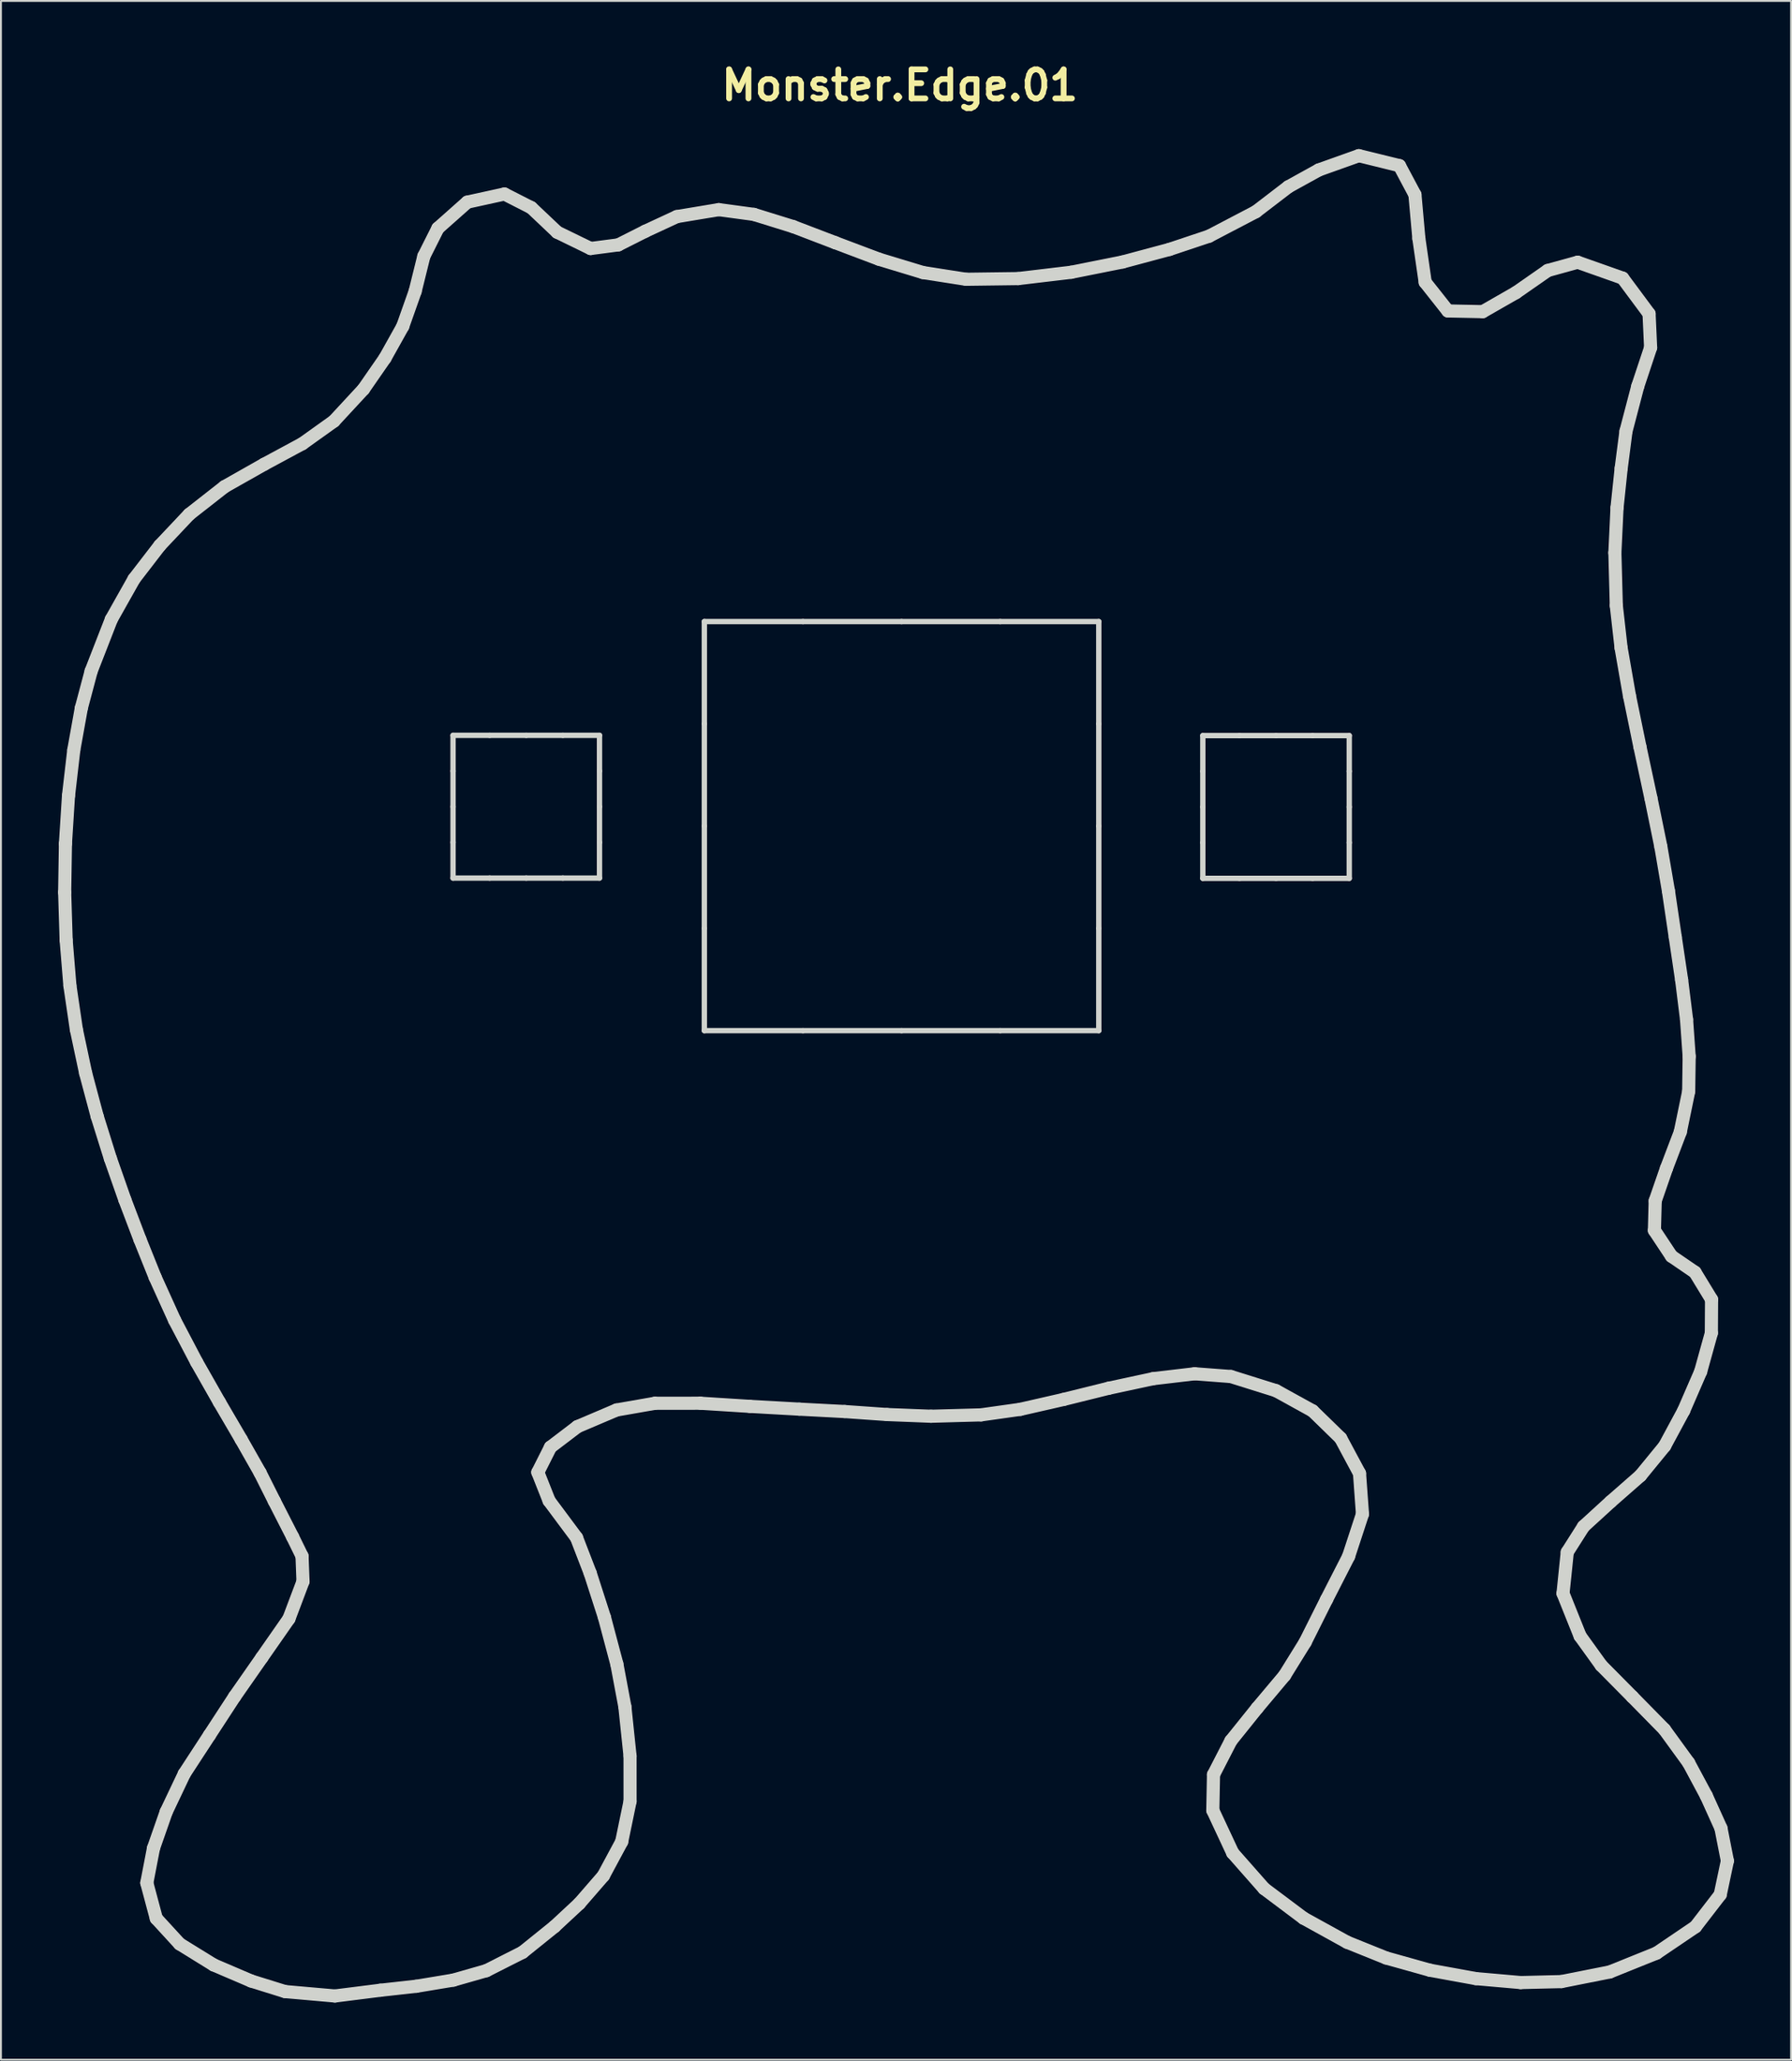
<source format=kicad_pcb>
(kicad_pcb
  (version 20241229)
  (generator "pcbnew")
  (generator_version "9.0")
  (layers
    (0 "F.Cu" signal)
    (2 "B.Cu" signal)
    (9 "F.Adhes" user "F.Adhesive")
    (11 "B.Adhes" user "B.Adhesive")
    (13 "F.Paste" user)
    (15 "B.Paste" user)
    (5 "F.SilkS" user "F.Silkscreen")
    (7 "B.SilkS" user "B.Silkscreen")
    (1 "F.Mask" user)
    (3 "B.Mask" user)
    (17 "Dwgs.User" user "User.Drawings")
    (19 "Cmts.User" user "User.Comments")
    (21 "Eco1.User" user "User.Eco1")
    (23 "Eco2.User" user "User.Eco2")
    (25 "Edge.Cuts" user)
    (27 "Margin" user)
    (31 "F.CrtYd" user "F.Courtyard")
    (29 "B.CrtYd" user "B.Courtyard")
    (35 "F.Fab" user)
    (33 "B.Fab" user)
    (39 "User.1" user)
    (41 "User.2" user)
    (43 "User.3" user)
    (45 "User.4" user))
  (footprint "Monster.Edge.01"
    (layer "F.Cu")
    (at 44.191 53.241)
    (property "Reference" "Monster.Edge.01" (at 0 -51.815 0) (layer "F.SilkS") (effects (font (size 1.524 1.524) (thickness 0.305))))
    (attr smd)
    (fp_line (start -43.846 -9.462) (end -43.768 -6.952) (stroke (width 0.689) (type solid)) (layer "Edge.Cuts"))
    (fp_line (start -43.805 -12.014) (end -43.846 -9.462) (stroke (width 0.689) (type solid)) (layer "Edge.Cuts"))
    (fp_line (start -43.768 -6.952) (end -43.571 -4.564) (stroke (width 0.689) (type solid)) (layer "Edge.Cuts"))
    (fp_line (start -43.645 -14.529) (end -43.805 -12.014) (stroke (width 0.689) (type solid)) (layer "Edge.Cuts"))
    (fp_line (start -43.571 -4.564) (end -43.232 -2.262) (stroke (width 0.689) (type solid)) (layer "Edge.Cuts"))
    (fp_line (start -43.367 -16.929) (end -43.645 -14.529) (stroke (width 0.689) (type solid)) (layer "Edge.Cuts"))
    (fp_line (start -43.232 -2.262) (end -42.745 0.03) (stroke (width 0.689) (type solid)) (layer "Edge.Cuts"))
    (fp_line (start -42.97 -19.136) (end -43.367 -16.929) (stroke (width 0.689) (type solid)) (layer "Edge.Cuts"))
    (fp_line (start -42.745 0.03) (end -42.14 2.293) (stroke (width 0.689) (type solid)) (layer "Edge.Cuts"))
    (fp_line (start -42.455 -21.07) (end -42.97 -19.136) (stroke (width 0.689) (type solid)) (layer "Edge.Cuts"))
    (fp_line (start -42.14 2.293) (end -41.445 4.513) (stroke (width 0.689) (type solid)) (layer "Edge.Cuts"))
    (fp_line (start -41.445 4.513) (end -40.687 6.673) (stroke (width 0.689) (type solid)) (layer "Edge.Cuts"))
    (fp_line (start -41.395 -23.789) (end -42.455 -21.07) (stroke (width 0.689) (type solid)) (layer "Edge.Cuts"))
    (fp_line (start -40.687 6.673) (end -39.895 8.755) (stroke (width 0.689) (type solid)) (layer "Edge.Cuts"))
    (fp_line (start -40.203 -25.906) (end -41.395 -23.789) (stroke (width 0.689) (type solid)) (layer "Edge.Cuts"))
    (fp_line (start -39.895 8.755) (end -39.096 10.743) (stroke (width 0.689) (type solid)) (layer "Edge.Cuts"))
    (fp_line (start -39.534 42.527) (end -39.036 44.391) (stroke (width 0.689) (type solid)) (layer "Edge.Cuts"))
    (fp_line (start -39.183 40.707) (end -39.534 42.527) (stroke (width 0.689) (type solid)) (layer "Edge.Cuts"))
    (fp_line (start -39.096 10.743) (end -38.074 12.995) (stroke (width 0.689) (type solid)) (layer "Edge.Cuts"))
    (fp_line (start -39.036 44.391) (end -37.809 45.729) (stroke (width 0.689) (type solid)) (layer "Edge.Cuts"))
    (fp_line (start -38.85 -27.662) (end -40.203 -25.906) (stroke (width 0.689) (type solid)) (layer "Edge.Cuts"))
    (fp_line (start -38.516 38.8) (end -39.183 40.707) (stroke (width 0.689) (type solid)) (layer "Edge.Cuts"))
    (fp_line (start -38.074 12.995) (end -36.918 15.197) (stroke (width 0.689) (type solid)) (layer "Edge.Cuts"))
    (fp_line (start -37.809 45.729) (end -36.024 46.832) (stroke (width 0.689) (type solid)) (layer "Edge.Cuts"))
    (fp_line (start -37.563 36.794) (end -38.516 38.8) (stroke (width 0.689) (type solid)) (layer "Edge.Cuts"))
    (fp_line (start -37.306 -29.298) (end -38.85 -27.662) (stroke (width 0.689) (type solid)) (layer "Edge.Cuts"))
    (fp_line (start -36.918 15.197) (end -35.722 17.3) (stroke (width 0.689) (type solid)) (layer "Edge.Cuts"))
    (fp_line (start -36.244 34.773) (end -37.563 36.794) (stroke (width 0.689) (type solid)) (layer "Edge.Cuts"))
    (fp_line (start -36.024 46.832) (end -34.055 47.675) (stroke (width 0.689) (type solid)) (layer "Edge.Cuts"))
    (fp_line (start -35.722 17.3) (end -34.581 19.25) (stroke (width 0.689) (type solid)) (layer "Edge.Cuts"))
    (fp_line (start -35.45 -30.751) (end -37.306 -29.298) (stroke (width 0.689) (type solid)) (layer "Edge.Cuts"))
    (fp_line (start -34.925 32.753) (end -36.244 34.773) (stroke (width 0.689) (type solid)) (layer "Edge.Cuts"))
    (fp_line (start -34.581 19.25) (end -33.588 20.998) (stroke (width 0.689) (type solid)) (layer "Edge.Cuts"))
    (fp_line (start -34.055 47.675) (end -32.276 48.23) (stroke (width 0.689) (type solid)) (layer "Edge.Cuts"))
    (fp_line (start -33.588 20.998) (end -32.838 22.491) (stroke (width 0.689) (type solid)) (layer "Edge.Cuts"))
    (fp_line (start -33.498 30.708) (end -34.925 32.753) (stroke (width 0.689) (type solid)) (layer "Edge.Cuts"))
    (fp_line (start -33.372 -31.926) (end -35.45 -30.751) (stroke (width 0.689) (type solid)) (layer "Edge.Cuts"))
    (fp_line (start -32.838 22.491) (end -31.88 24.365) (stroke (width 0.689) (type solid)) (layer "Edge.Cuts"))
    (fp_line (start -32.276 48.23) (end -29.657 48.461) (stroke (width 0.689) (type solid)) (layer "Edge.Cuts"))
    (fp_line (start -32.072 28.663) (end -33.498 30.708) (stroke (width 0.689) (type solid)) (layer "Edge.Cuts"))
    (fp_line (start -31.88 24.365) (end -31.384 25.376) (stroke (width 0.689) (type solid)) (layer "Edge.Cuts"))
    (fp_line (start -31.384 25.376) (end -31.333 26.706) (stroke (width 0.689) (type solid)) (layer "Edge.Cuts"))
    (fp_line (start -31.362 -33.009) (end -33.372 -31.926) (stroke (width 0.689) (type solid)) (layer "Edge.Cuts"))
    (fp_line (start -31.333 26.706) (end -32.072 28.663) (stroke (width 0.689) (type solid)) (layer "Edge.Cuts"))
    (fp_line (start -29.71 -34.19) (end -31.362 -33.009) (stroke (width 0.689) (type solid)) (layer "Edge.Cuts"))
    (fp_line (start -29.657 48.461) (end -27.27 48.16) (stroke (width 0.689) (type solid)) (layer "Edge.Cuts"))
    (fp_line (start -28.158 -35.866) (end -29.71 -34.19) (stroke (width 0.689) (type solid)) (layer "Edge.Cuts"))
    (fp_line (start -27.27 48.16) (end -25.382 47.951) (stroke (width 0.689) (type solid)) (layer "Edge.Cuts"))
    (fp_line (start -27.026 -37.499) (end -28.158 -35.866) (stroke (width 0.689) (type solid)) (layer "Edge.Cuts"))
    (fp_line (start -26.095 -39.164) (end -27.026 -37.499) (stroke (width 0.689) (type solid)) (layer "Edge.Cuts"))
    (fp_line (start -25.446 -41) (end -26.095 -39.164) (stroke (width 0.689) (type solid)) (layer "Edge.Cuts"))
    (fp_line (start -25.382 47.951) (end -23.439 47.628) (stroke (width 0.689) (type solid)) (layer "Edge.Cuts"))
    (fp_line (start -24.989 -42.843) (end -25.446 -41) (stroke (width 0.689) (type solid)) (layer "Edge.Cuts"))
    (fp_line (start -24.25 -44.313) (end -24.989 -42.843) (stroke (width 0.689) (type solid)) (layer "Edge.Cuts"))
    (fp_line (start -23.456 -17.7) (end -21.534 -17.7) (stroke (width 0.281) (type solid)) (layer "Edge.Cuts"))
    (fp_line (start -23.456 -15.827) (end -23.456 -17.7) (stroke (width 0.281) (type solid)) (layer "Edge.Cuts"))
    (fp_line (start -23.456 -13.954) (end -23.456 -15.827) (stroke (width 0.281) (type solid)) (layer "Edge.Cuts"))
    (fp_line (start -23.456 -12.081) (end -23.456 -13.954) (stroke (width 0.281) (type solid)) (layer "Edge.Cuts"))
    (fp_line (start -23.456 -10.208) (end -23.456 -12.081) (stroke (width 0.281) (type solid)) (layer "Edge.Cuts"))
    (fp_line (start -23.439 47.628) (end -21.708 47.133) (stroke (width 0.689) (type solid)) (layer "Edge.Cuts"))
    (fp_line (start -22.707 -45.682) (end -24.25 -44.313) (stroke (width 0.689) (type solid)) (layer "Edge.Cuts"))
    (fp_line (start -21.708 47.133) (end -19.805 46.169) (stroke (width 0.689) (type solid)) (layer "Edge.Cuts"))
    (fp_line (start -21.534 -17.7) (end -19.612 -17.7) (stroke (width 0.281) (type solid)) (layer "Edge.Cuts"))
    (fp_line (start -21.534 -10.208) (end -23.456 -10.208) (stroke (width 0.281) (type solid)) (layer "Edge.Cuts"))
    (fp_line (start -20.758 -46.109) (end -22.707 -45.682) (stroke (width 0.689) (type solid)) (layer "Edge.Cuts"))
    (fp_line (start -19.805 46.169) (end -18.131 44.821) (stroke (width 0.689) (type solid)) (layer "Edge.Cuts"))
    (fp_line (start -19.612 -17.7) (end -17.689 -17.7) (stroke (width 0.281) (type solid)) (layer "Edge.Cuts"))
    (fp_line (start -19.612 -10.208) (end -21.534 -10.208) (stroke (width 0.281) (type solid)) (layer "Edge.Cuts"))
    (fp_line (start -19.347 -45.391) (end -20.758 -46.109) (stroke (width 0.689) (type solid)) (layer "Edge.Cuts"))
    (fp_line (start -19.005 20.977) (end -18.341 19.659) (stroke (width 0.689) (type solid)) (layer "Edge.Cuts"))
    (fp_line (start -18.412 22.475) (end -19.005 20.977) (stroke (width 0.689) (type solid)) (layer "Edge.Cuts"))
    (fp_line (start -18.341 19.659) (end -16.925 18.581) (stroke (width 0.689) (type solid)) (layer "Edge.Cuts"))
    (fp_line (start -18.131 44.821) (end -16.828 43.611) (stroke (width 0.689) (type solid)) (layer "Edge.Cuts"))
    (fp_line (start -17.986 -44.103) (end -19.347 -45.391) (stroke (width 0.689) (type solid)) (layer "Edge.Cuts"))
    (fp_line (start -17.689 -17.7) (end -15.767 -17.7) (stroke (width 0.281) (type solid)) (layer "Edge.Cuts"))
    (fp_line (start -17.689 -10.208) (end -19.612 -10.208) (stroke (width 0.281) (type solid)) (layer "Edge.Cuts"))
    (fp_line (start -16.972 24.408) (end -18.412 22.475) (stroke (width 0.689) (type solid)) (layer "Edge.Cuts"))
    (fp_line (start -16.925 18.581) (end -14.871 17.708) (stroke (width 0.689) (type solid)) (layer "Edge.Cuts"))
    (fp_line (start -16.828 43.611) (end -15.562 42.152) (stroke (width 0.689) (type solid)) (layer "Edge.Cuts"))
    (fp_line (start -16.253 26.274) (end -16.972 24.408) (stroke (width 0.689) (type solid)) (layer "Edge.Cuts"))
    (fp_line (start -16.234 -43.249) (end -17.986 -44.103) (stroke (width 0.689) (type solid)) (layer "Edge.Cuts"))
    (fp_line (start -15.767 -17.7) (end -15.767 -15.827) (stroke (width 0.281) (type solid)) (layer "Edge.Cuts"))
    (fp_line (start -15.767 -15.827) (end -15.767 -13.954) (stroke (width 0.281) (type solid)) (layer "Edge.Cuts"))
    (fp_line (start -15.767 -13.954) (end -15.767 -12.081) (stroke (width 0.281) (type solid)) (layer "Edge.Cuts"))
    (fp_line (start -15.767 -12.081) (end -15.767 -10.208) (stroke (width 0.281) (type solid)) (layer "Edge.Cuts"))
    (fp_line (start -15.767 -10.208) (end -17.689 -10.208) (stroke (width 0.281) (type solid)) (layer "Edge.Cuts"))
    (fp_line (start -15.562 42.152) (end -14.601 40.364) (stroke (width 0.689) (type solid)) (layer "Edge.Cuts"))
    (fp_line (start -15.505 28.598) (end -16.253 26.274) (stroke (width 0.689) (type solid)) (layer "Edge.Cuts"))
    (fp_line (start -14.871 17.708) (end -12.863 17.356) (stroke (width 0.689) (type solid)) (layer "Edge.Cuts"))
    (fp_line (start -14.855 31.044) (end -15.505 28.598) (stroke (width 0.689) (type solid)) (layer "Edge.Cuts"))
    (fp_line (start -14.781 -43.439) (end -16.234 -43.249) (stroke (width 0.689) (type solid)) (layer "Edge.Cuts"))
    (fp_line (start -14.601 40.364) (end -14.162 38.244) (stroke (width 0.689) (type solid)) (layer "Edge.Cuts"))
    (fp_line (start -14.435 33.278) (end -14.855 31.044) (stroke (width 0.689) (type solid)) (layer "Edge.Cuts"))
    (fp_line (start -14.163 35.869) (end -14.435 33.278) (stroke (width 0.689) (type solid)) (layer "Edge.Cuts"))
    (fp_line (start -14.162 38.244) (end -14.163 35.869) (stroke (width 0.689) (type solid)) (layer "Edge.Cuts"))
    (fp_line (start -13.369 -44.152) (end -14.781 -43.439) (stroke (width 0.689) (type solid)) (layer "Edge.Cuts"))
    (fp_line (start -12.863 17.356) (end -10.466 17.353) (stroke (width 0.689) (type solid)) (layer "Edge.Cuts"))
    (fp_line (start -11.708 -44.923) (end -13.369 -44.152) (stroke (width 0.689) (type solid)) (layer "Edge.Cuts"))
    (fp_line (start -10.466 17.353) (end -7.873 17.517) (stroke (width 0.689) (type solid)) (layer "Edge.Cuts"))
    (fp_line (start -10.262 -23.67) (end -5.085 -23.67) (stroke (width 0.281) (type solid)) (layer "Edge.Cuts"))
    (fp_line (start -10.262 -18.303) (end -10.262 -23.67) (stroke (width 0.281) (type solid)) (layer "Edge.Cuts"))
    (fp_line (start -10.262 -12.935) (end -10.262 -18.303) (stroke (width 0.281) (type solid)) (layer "Edge.Cuts"))
    (fp_line (start -10.262 -7.568) (end -10.262 -12.935) (stroke (width 0.281) (type solid)) (layer "Edge.Cuts"))
    (fp_line (start -10.262 -2.201) (end -10.262 -7.568) (stroke (width 0.281) (type solid)) (layer "Edge.Cuts"))
    (fp_line (start -9.506 -45.289) (end -11.708 -44.923) (stroke (width 0.689) (type solid)) (layer "Edge.Cuts"))
    (fp_line (start -7.873 17.517) (end -5.275 17.664) (stroke (width 0.689) (type solid)) (layer "Edge.Cuts"))
    (fp_line (start -7.662 -45.039) (end -9.506 -45.289) (stroke (width 0.689) (type solid)) (layer "Edge.Cuts"))
    (fp_line (start -5.601 -44.399) (end -7.662 -45.039) (stroke (width 0.689) (type solid)) (layer "Edge.Cuts"))
    (fp_line (start -5.275 17.664) (end -2.896 17.789) (stroke (width 0.689) (type solid)) (layer "Edge.Cuts"))
    (fp_line (start -5.085 -23.67) (end 0.092 -23.67) (stroke (width 0.281) (type solid)) (layer "Edge.Cuts"))
    (fp_line (start -5.085 -2.201) (end -10.262 -2.201) (stroke (width 0.281) (type solid)) (layer "Edge.Cuts"))
    (fp_line (start -3.39 -43.554) (end -5.601 -44.399) (stroke (width 0.689) (type solid)) (layer "Edge.Cuts"))
    (fp_line (start -2.896 17.789) (end -0.671 17.946) (stroke (width 0.689) (type solid)) (layer "Edge.Cuts"))
    (fp_line (start -1.095 -42.688) (end -3.39 -43.554) (stroke (width 0.689) (type solid)) (layer "Edge.Cuts"))
    (fp_line (start -0.671 17.946) (end 1.637 18.036) (stroke (width 0.689) (type solid)) (layer "Edge.Cuts"))
    (fp_line (start 0.092 -23.67) (end 5.269 -23.67) (stroke (width 0.281) (type solid)) (layer "Edge.Cuts"))
    (fp_line (start 0.092 -2.201) (end -5.085 -2.201) (stroke (width 0.281) (type solid)) (layer "Edge.Cuts"))
    (fp_line (start 1.216 -41.987) (end -1.095 -42.688) (stroke (width 0.689) (type solid)) (layer "Edge.Cuts"))
    (fp_line (start 1.637 18.036) (end 4.264 17.964) (stroke (width 0.689) (type solid)) (layer "Edge.Cuts"))
    (fp_line (start 3.477 -41.634) (end 1.216 -41.987) (stroke (width 0.689) (type solid)) (layer "Edge.Cuts"))
    (fp_line (start 4.264 17.964) (end 6.324 17.673) (stroke (width 0.689) (type solid)) (layer "Edge.Cuts"))
    (fp_line (start 5.269 -23.67) (end 10.446 -23.67) (stroke (width 0.281) (type solid)) (layer "Edge.Cuts"))
    (fp_line (start 5.269 -2.201) (end 0.092 -2.201) (stroke (width 0.281) (type solid)) (layer "Edge.Cuts"))
    (fp_line (start 6.21 -41.67) (end 3.477 -41.634) (stroke (width 0.689) (type solid)) (layer "Edge.Cuts"))
    (fp_line (start 6.324 17.673) (end 8.598 17.154) (stroke (width 0.689) (type solid)) (layer "Edge.Cuts"))
    (fp_line (start 8.598 17.154) (end 10.965 16.566) (stroke (width 0.689) (type solid)) (layer "Edge.Cuts"))
    (fp_line (start 8.999 -42.002) (end 6.21 -41.67) (stroke (width 0.689) (type solid)) (layer "Edge.Cuts"))
    (fp_line (start 10.446 -23.67) (end 10.446 -18.303) (stroke (width 0.281) (type solid)) (layer "Edge.Cuts"))
    (fp_line (start 10.446 -18.303) (end 10.446 -12.935) (stroke (width 0.281) (type solid)) (layer "Edge.Cuts"))
    (fp_line (start 10.446 -12.935) (end 10.446 -7.568) (stroke (width 0.281) (type solid)) (layer "Edge.Cuts"))
    (fp_line (start 10.446 -7.568) (end 10.446 -2.201) (stroke (width 0.281) (type solid)) (layer "Edge.Cuts"))
    (fp_line (start 10.446 -2.201) (end 5.269 -2.201) (stroke (width 0.281) (type solid)) (layer "Edge.Cuts"))
    (fp_line (start 10.965 16.566) (end 13.299 16.064) (stroke (width 0.689) (type solid)) (layer "Edge.Cuts"))
    (fp_line (start 11.697 -42.542) (end 8.999 -42.002) (stroke (width 0.689) (type solid)) (layer "Edge.Cuts"))
    (fp_line (start 13.299 16.064) (end 15.479 15.806) (stroke (width 0.689) (type solid)) (layer "Edge.Cuts"))
    (fp_line (start 14.158 -43.202) (end 11.697 -42.542) (stroke (width 0.689) (type solid)) (layer "Edge.Cuts"))
    (fp_line (start 15.479 15.806) (end 17.38 15.951) (stroke (width 0.689) (type solid)) (layer "Edge.Cuts"))
    (fp_line (start 15.908 -17.686) (end 17.83 -17.686) (stroke (width 0.281) (type solid)) (layer "Edge.Cuts"))
    (fp_line (start 15.908 -15.813) (end 15.908 -17.686) (stroke (width 0.281) (type solid)) (layer "Edge.Cuts"))
    (fp_line (start 15.908 -13.94) (end 15.908 -15.813) (stroke (width 0.281) (type solid)) (layer "Edge.Cuts"))
    (fp_line (start 15.908 -12.067) (end 15.908 -13.94) (stroke (width 0.281) (type solid)) (layer "Edge.Cuts"))
    (fp_line (start 15.908 -10.194) (end 15.908 -12.067) (stroke (width 0.281) (type solid)) (layer "Edge.Cuts"))
    (fp_line (start 16.234 -43.895) (end 14.158 -43.202) (stroke (width 0.689) (type solid)) (layer "Edge.Cuts"))
    (fp_line (start 16.433 38.72) (end 17.477 40.954) (stroke (width 0.689) (type solid)) (layer "Edge.Cuts"))
    (fp_line (start 16.469 36.844) (end 16.433 38.72) (stroke (width 0.689) (type solid)) (layer "Edge.Cuts"))
    (fp_line (start 17.38 15.951) (end 19.748 16.693) (stroke (width 0.689) (type solid)) (layer "Edge.Cuts"))
    (fp_line (start 17.382 35.069) (end 16.469 36.844) (stroke (width 0.689) (type solid)) (layer "Edge.Cuts"))
    (fp_line (start 17.477 40.954) (end 19.129 42.828) (stroke (width 0.689) (type solid)) (layer "Edge.Cuts"))
    (fp_line (start 17.83 -17.686) (end 19.752 -17.686) (stroke (width 0.281) (type solid)) (layer "Edge.Cuts"))
    (fp_line (start 17.83 -10.194) (end 15.908 -10.194) (stroke (width 0.281) (type solid)) (layer "Edge.Cuts"))
    (fp_line (start 18.696 -45.183) (end 16.234 -43.895) (stroke (width 0.689) (type solid)) (layer "Edge.Cuts"))
    (fp_line (start 18.762 33.351) (end 17.382 35.069) (stroke (width 0.689) (type solid)) (layer "Edge.Cuts"))
    (fp_line (start 19.129 42.828) (end 21.196 44.378) (stroke (width 0.689) (type solid)) (layer "Edge.Cuts"))
    (fp_line (start 19.748 16.693) (end 21.674 17.755) (stroke (width 0.689) (type solid)) (layer "Edge.Cuts"))
    (fp_line (start 19.752 -17.686) (end 21.674 -17.686) (stroke (width 0.281) (type solid)) (layer "Edge.Cuts"))
    (fp_line (start 19.752 -10.194) (end 17.83 -10.194) (stroke (width 0.281) (type solid)) (layer "Edge.Cuts"))
    (fp_line (start 20.199 31.642) (end 18.762 33.351) (stroke (width 0.689) (type solid)) (layer "Edge.Cuts"))
    (fp_line (start 20.399 -46.488) (end 18.696 -45.183) (stroke (width 0.689) (type solid)) (layer "Edge.Cuts"))
    (fp_line (start 21.196 44.378) (end 23.485 45.642) (stroke (width 0.689) (type solid)) (layer "Edge.Cuts"))
    (fp_line (start 21.28 29.898) (end 20.199 31.642) (stroke (width 0.689) (type solid)) (layer "Edge.Cuts"))
    (fp_line (start 21.674 -17.686) (end 23.596 -17.686) (stroke (width 0.281) (type solid)) (layer "Edge.Cuts"))
    (fp_line (start 21.674 -10.194) (end 19.752 -10.194) (stroke (width 0.281) (type solid)) (layer "Edge.Cuts"))
    (fp_line (start 21.674 17.755) (end 23.143 19.186) (stroke (width 0.689) (type solid)) (layer "Edge.Cuts"))
    (fp_line (start 22 -47.373) (end 20.399 -46.488) (stroke (width 0.689) (type solid)) (layer "Edge.Cuts"))
    (fp_line (start 22.405 27.652) (end 21.28 29.898) (stroke (width 0.689) (type solid)) (layer "Edge.Cuts"))
    (fp_line (start 23.143 19.186) (end 24.135 21.035) (stroke (width 0.689) (type solid)) (layer "Edge.Cuts"))
    (fp_line (start 23.485 45.642) (end 25.534 46.467) (stroke (width 0.689) (type solid)) (layer "Edge.Cuts"))
    (fp_line (start 23.561 25.392) (end 22.405 27.652) (stroke (width 0.689) (type solid)) (layer "Edge.Cuts"))
    (fp_line (start 23.596 -17.686) (end 23.596 -15.813) (stroke (width 0.281) (type solid)) (layer "Edge.Cuts"))
    (fp_line (start 23.596 -15.813) (end 23.596 -13.94) (stroke (width 0.281) (type solid)) (layer "Edge.Cuts"))
    (fp_line (start 23.596 -13.94) (end 23.596 -12.067) (stroke (width 0.281) (type solid)) (layer "Edge.Cuts"))
    (fp_line (start 23.596 -12.067) (end 23.596 -10.194) (stroke (width 0.281) (type solid)) (layer "Edge.Cuts"))
    (fp_line (start 23.596 -10.194) (end 21.674 -10.194) (stroke (width 0.281) (type solid)) (layer "Edge.Cuts"))
    (fp_line (start 24.099 -48.122) (end 22 -47.373) (stroke (width 0.689) (type solid)) (layer "Edge.Cuts"))
    (fp_line (start 24.135 21.035) (end 24.29 23.169) (stroke (width 0.689) (type solid)) (layer "Edge.Cuts"))
    (fp_line (start 24.29 23.169) (end 23.561 25.392) (stroke (width 0.689) (type solid)) (layer "Edge.Cuts"))
    (fp_line (start 25.534 46.467) (end 27.839 47.112) (stroke (width 0.689) (type solid)) (layer "Edge.Cuts"))
    (fp_line (start 26.232 -47.597) (end 24.099 -48.122) (stroke (width 0.689) (type solid)) (layer "Edge.Cuts"))
    (fp_line (start 27.045 -46.072) (end 26.232 -47.597) (stroke (width 0.689) (type solid)) (layer "Edge.Cuts"))
    (fp_line (start 27.251 -43.772) (end 27.045 -46.072) (stroke (width 0.689) (type solid)) (layer "Edge.Cuts"))
    (fp_line (start 27.583 -41.478) (end 27.251 -43.772) (stroke (width 0.689) (type solid)) (layer "Edge.Cuts"))
    (fp_line (start 27.839 47.112) (end 30.244 47.55) (stroke (width 0.689) (type solid)) (layer "Edge.Cuts"))
    (fp_line (start 28.774 -39.972) (end 27.583 -41.478) (stroke (width 0.689) (type solid)) (layer "Edge.Cuts"))
    (fp_line (start 30.244 47.55) (end 32.594 47.757) (stroke (width 0.689) (type solid)) (layer "Edge.Cuts"))
    (fp_line (start 30.602 -39.934) (end 28.774 -39.972) (stroke (width 0.689) (type solid)) (layer "Edge.Cuts"))
    (fp_line (start 32.351 -40.935) (end 30.602 -39.934) (stroke (width 0.689) (type solid)) (layer "Edge.Cuts"))
    (fp_line (start 32.594 47.757) (end 34.732 47.706) (stroke (width 0.689) (type solid)) (layer "Edge.Cuts"))
    (fp_line (start 34.015 -42.094) (end 32.351 -40.935) (stroke (width 0.689) (type solid)) (layer "Edge.Cuts"))
    (fp_line (start 34.732 47.706) (end 37.274 47.201) (stroke (width 0.689) (type solid)) (layer "Edge.Cuts"))
    (fp_line (start 34.818 27.334) (end 35.042 25.167) (stroke (width 0.689) (type solid)) (layer "Edge.Cuts"))
    (fp_line (start 35.042 25.167) (end 35.897 23.821) (stroke (width 0.689) (type solid)) (layer "Edge.Cuts"))
    (fp_line (start 35.587 -42.529) (end 34.015 -42.094) (stroke (width 0.689) (type solid)) (layer "Edge.Cuts"))
    (fp_line (start 35.716 29.572) (end 34.818 27.334) (stroke (width 0.689) (type solid)) (layer "Edge.Cuts"))
    (fp_line (start 35.897 23.821) (end 37.321 22.52) (stroke (width 0.689) (type solid)) (layer "Edge.Cuts"))
    (fp_line (start 36.827 31.114) (end 35.716 29.572) (stroke (width 0.689) (type solid)) (layer "Edge.Cuts"))
    (fp_line (start 37.274 47.201) (end 39.729 46.212) (stroke (width 0.689) (type solid)) (layer "Edge.Cuts"))
    (fp_line (start 37.321 22.52) (end 38.883 21.152) (stroke (width 0.689) (type solid)) (layer "Edge.Cuts"))
    (fp_line (start 37.542 -27.282) (end 37.654 -29.64) (stroke (width 0.689) (type solid)) (layer "Edge.Cuts"))
    (fp_line (start 37.617 -24.506) (end 37.542 -27.282) (stroke (width 0.689) (type solid)) (layer "Edge.Cuts"))
    (fp_line (start 37.654 -29.64) (end 37.873 -31.72) (stroke (width 0.689) (type solid)) (layer "Edge.Cuts"))
    (fp_line (start 37.868 -22.29) (end 37.617 -24.506) (stroke (width 0.689) (type solid)) (layer "Edge.Cuts"))
    (fp_line (start 37.873 -31.72) (end 38.124 -33.659) (stroke (width 0.689) (type solid)) (layer "Edge.Cuts"))
    (fp_line (start 37.949 -41.694) (end 35.587 -42.529) (stroke (width 0.689) (type solid)) (layer "Edge.Cuts"))
    (fp_line (start 38.124 -33.659) (end 38.743 -36.02) (stroke (width 0.689) (type solid)) (layer "Edge.Cuts"))
    (fp_line (start 38.307 -19.777) (end 37.868 -22.29) (stroke (width 0.689) (type solid)) (layer "Edge.Cuts"))
    (fp_line (start 38.457 32.76) (end 36.827 31.114) (stroke (width 0.689) (type solid)) (layer "Edge.Cuts"))
    (fp_line (start 38.743 -36.02) (end 39.418 -38.049) (stroke (width 0.689) (type solid)) (layer "Edge.Cuts"))
    (fp_line (start 38.855 -17.106) (end 38.307 -19.777) (stroke (width 0.689) (type solid)) (layer "Edge.Cuts"))
    (fp_line (start 38.883 21.152) (end 40.153 19.601) (stroke (width 0.689) (type solid)) (layer "Edge.Cuts"))
    (fp_line (start 39.337 -39.824) (end 37.949 -41.694) (stroke (width 0.689) (type solid)) (layer "Edge.Cuts"))
    (fp_line (start 39.418 -38.049) (end 39.337 -39.824) (stroke (width 0.689) (type solid)) (layer "Edge.Cuts"))
    (fp_line (start 39.432 -14.417) (end 38.855 -17.106) (stroke (width 0.689) (type solid)) (layer "Edge.Cuts"))
    (fp_line (start 39.617 8.282) (end 39.659 6.731) (stroke (width 0.689) (type solid)) (layer "Edge.Cuts"))
    (fp_line (start 39.659 6.731) (end 40.252 5.019) (stroke (width 0.689) (type solid)) (layer "Edge.Cuts"))
    (fp_line (start 39.729 46.212) (end 41.772 44.829) (stroke (width 0.689) (type solid)) (layer "Edge.Cuts"))
    (fp_line (start 39.957 -11.85) (end 39.432 -14.417) (stroke (width 0.689) (type solid)) (layer "Edge.Cuts"))
    (fp_line (start 40.142 34.475) (end 38.457 32.76) (stroke (width 0.689) (type solid)) (layer "Edge.Cuts"))
    (fp_line (start 40.153 19.601) (end 41.153 17.746) (stroke (width 0.689) (type solid)) (layer "Edge.Cuts"))
    (fp_line (start 40.252 5.019) (end 40.977 3.115) (stroke (width 0.689) (type solid)) (layer "Edge.Cuts"))
    (fp_line (start 40.351 -9.546) (end 39.957 -11.85) (stroke (width 0.689) (type solid)) (layer "Edge.Cuts"))
    (fp_line (start 40.515 9.637) (end 39.617 8.282) (stroke (width 0.689) (type solid)) (layer "Edge.Cuts"))
    (fp_line (start 40.713 -7.105) (end 40.351 -9.546) (stroke (width 0.689) (type solid)) (layer "Edge.Cuts"))
    (fp_line (start 40.977 3.115) (end 41.416 0.988) (stroke (width 0.689) (type solid)) (layer "Edge.Cuts"))
    (fp_line (start 41.046 -4.863) (end 40.713 -7.105) (stroke (width 0.689) (type solid)) (layer "Edge.Cuts"))
    (fp_line (start 41.153 17.746) (end 42.045 15.692) (stroke (width 0.689) (type solid)) (layer "Edge.Cuts"))
    (fp_line (start 41.304 -2.789) (end 41.046 -4.863) (stroke (width 0.689) (type solid)) (layer "Edge.Cuts"))
    (fp_line (start 41.414 36.225) (end 40.142 34.475) (stroke (width 0.689) (type solid)) (layer "Edge.Cuts"))
    (fp_line (start 41.416 0.988) (end 41.442 -0.849) (stroke (width 0.689) (type solid)) (layer "Edge.Cuts"))
    (fp_line (start 41.442 -0.849) (end 41.304 -2.789) (stroke (width 0.689) (type solid)) (layer "Edge.Cuts"))
    (fp_line (start 41.748 10.481) (end 40.515 9.637) (stroke (width 0.689) (type solid)) (layer "Edge.Cuts"))
    (fp_line (start 41.772 44.829) (end 43.074 43.141) (stroke (width 0.689) (type solid)) (layer "Edge.Cuts"))
    (fp_line (start 42.045 15.692) (end 42.607 13.67) (stroke (width 0.689) (type solid)) (layer "Edge.Cuts"))
    (fp_line (start 42.341 37.954) (end 41.414 36.225) (stroke (width 0.689) (type solid)) (layer "Edge.Cuts"))
    (fp_line (start 42.607 13.67) (end 42.617 11.906) (stroke (width 0.689) (type solid)) (layer "Edge.Cuts"))
    (fp_line (start 42.617 11.906) (end 41.748 10.481) (stroke (width 0.689) (type solid)) (layer "Edge.Cuts"))
    (fp_line (start 43.074 43.141) (end 43.448 41.371) (stroke (width 0.689) (type solid)) (layer "Edge.Cuts"))
    (fp_line (start 43.111 39.656) (end 42.341 37.954) (stroke (width 0.689) (type solid)) (layer "Edge.Cuts"))
    (fp_line (start 43.448 41.371) (end 43.111 39.656) (stroke (width 0.689) (type solid)) (layer "Edge.Cuts")))
  (gr_rect
    (start -3 -3)
    (end 90.983 105.047)
    (stroke (width 0.1) (type default))
    (fill no)
    (layer "Edge.Cuts")))
</source>
